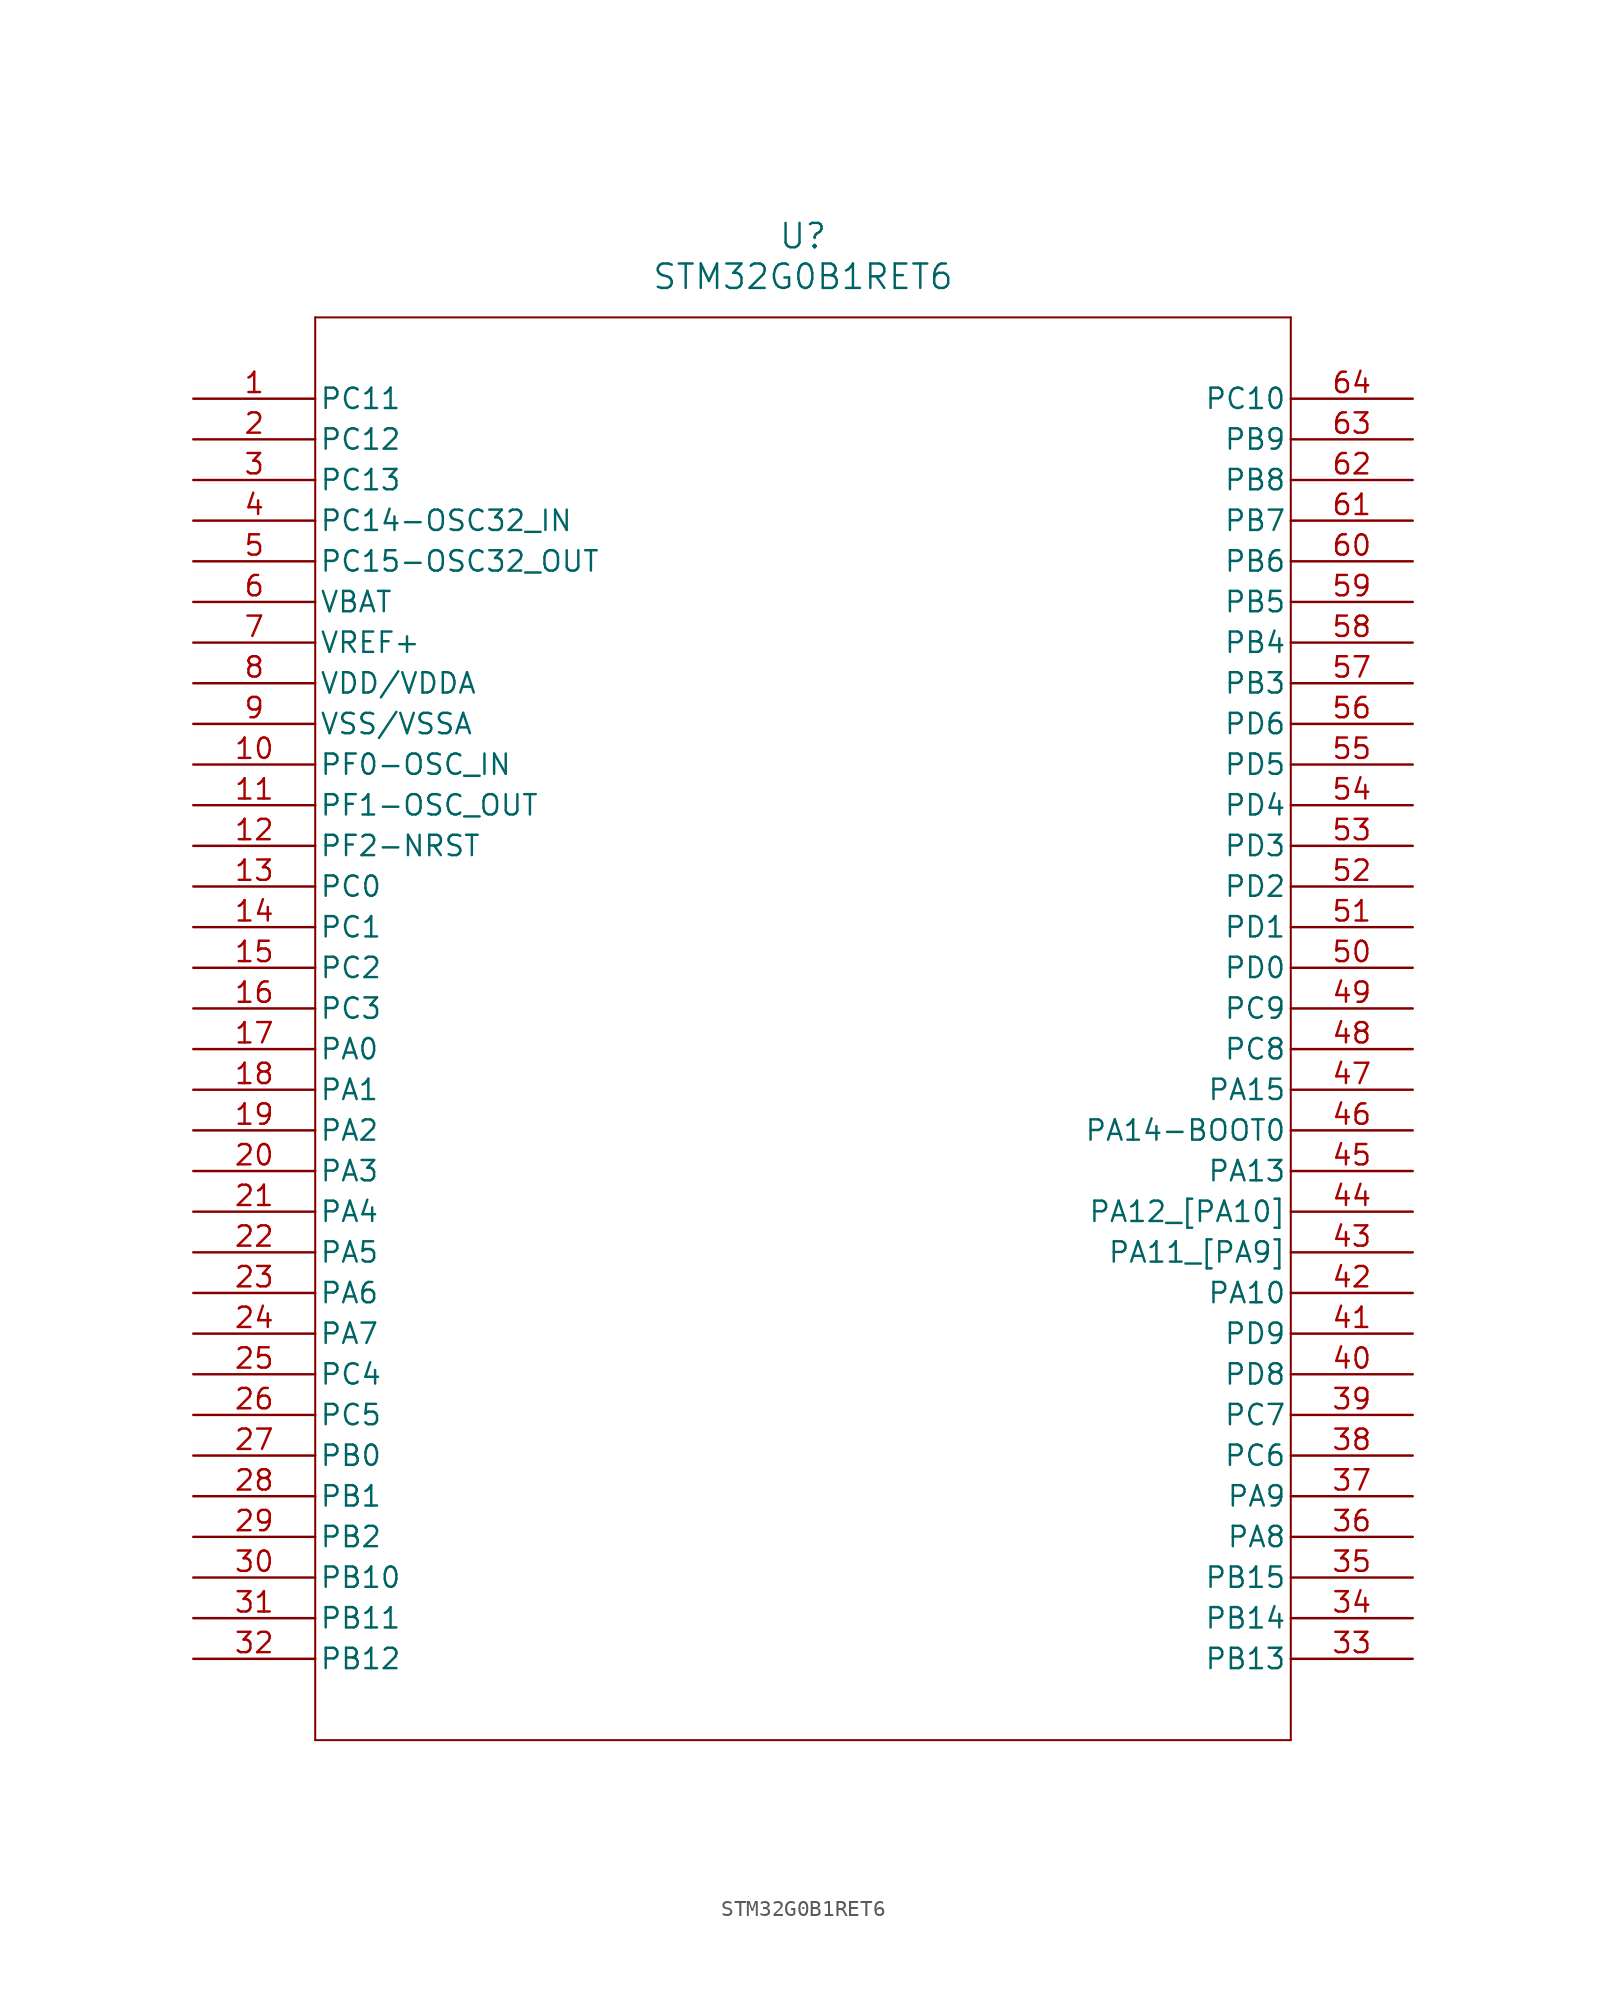
<source format=kicad_sym>
(kicad_symbol_lib
  (version 20211014)
  (generator kicad_symbol_editor)
  (symbol "STM32G0B1RET6"
    (pin_names
      (offset 0.254))
    (property "Reference" "U"
      (at 38.1 10.16 0)
      (effects (font (size 1.524 1.524))))
    (property "Value" "STM32G0B1RET6"
      (at 38.1 7.62 0)
      (effects (font (size 1.524 1.524))))
    (symbol "STM32G0B1RET6_0_1"
      (polyline (pts (xy 7.62 5.08) (xy 7.62 -83.82)) (stroke (width 0.127) (type default) (color 0 0 0 0)) (fill (type none)))
      (polyline (pts (xy 7.62 -83.82) (xy 68.58 -83.82)) (stroke (width 0.127) (type default) (color 0 0 0 0)) (fill (type none)))
      (polyline (pts (xy 68.58 -83.82) (xy 68.58 5.08)) (stroke (width 0.127) (type default) (color 0 0 0 0)) (fill (type none)))
      (polyline (pts (xy 68.58 5.08) (xy 7.62 5.08)) (stroke (width 0.127) (type default) (color 0 0 0 0)) (fill (type none)))
      (pin bidirectional line (at 0 0 0) (length 7.62) (name "PC11" (effects (font (size 1.27 1.27)))) (number "1" (effects (font (size 1.27 1.27)))))
      (pin bidirectional line (at 0 -2.54 0) (length 7.62) (name "PC12" (effects (font (size 1.27 1.27)))) (number "2" (effects (font (size 1.27 1.27)))))
      (pin bidirectional line (at 0 -5.08 0) (length 7.62) (name "PC13" (effects (font (size 1.27 1.27)))) (number "3" (effects (font (size 1.27 1.27)))))
      (pin bidirectional line (at 0 -7.62 0) (length 7.62) (name "PC14-OSC32_IN" (effects (font (size 1.27 1.27)))) (number "4" (effects (font (size 1.27 1.27)))))
      (pin output line (at 0 -10.16 0) (length 7.62) (name "PC15-OSC32_OUT" (effects (font (size 1.27 1.27)))) (number "5" (effects (font (size 1.27 1.27)))))
      (pin unspecified line (at 0 -12.7 0) (length 7.62) (name "VBAT" (effects (font (size 1.27 1.27)))) (number "6" (effects (font (size 1.27 1.27)))))
      (pin power_in line (at 0 -15.24 0) (length 7.62) (name "VREF+" (effects (font (size 1.27 1.27)))) (number "7" (effects (font (size 1.27 1.27)))))
      (pin power_in line (at 0 -17.78 0) (length 7.62) (name "VDD/VDDA" (effects (font (size 1.27 1.27)))) (number "8" (effects (font (size 1.27 1.27)))))
      (pin power_out line (at 0 -20.32 0) (length 7.62) (name "VSS/VSSA" (effects (font (size 1.27 1.27)))) (number "9" (effects (font (size 1.27 1.27)))))
      (pin bidirectional line (at 0 -22.86 0) (length 7.62) (name "PF0-OSC_IN" (effects (font (size 1.27 1.27)))) (number "10" (effects (font (size 1.27 1.27)))))
      (pin bidirectional line (at 0 -25.4 0) (length 7.62) (name "PF1-OSC_OUT" (effects (font (size 1.27 1.27)))) (number "11" (effects (font (size 1.27 1.27)))))
      (pin output line (at 0 -27.94 0) (length 7.62) (name "PF2-NRST" (effects (font (size 1.27 1.27)))) (number "12" (effects (font (size 1.27 1.27)))))
      (pin bidirectional line (at 0 -30.48 0) (length 7.62) (name "PC0" (effects (font (size 1.27 1.27)))) (number "13" (effects (font (size 1.27 1.27)))))
      (pin bidirectional line (at 0 -33.02 0) (length 7.62) (name "PC1" (effects (font (size 1.27 1.27)))) (number "14" (effects (font (size 1.27 1.27)))))
      (pin bidirectional line (at 0 -35.56 0) (length 7.62) (name "PC2" (effects (font (size 1.27 1.27)))) (number "15" (effects (font (size 1.27 1.27)))))
      (pin bidirectional line (at 0 -38.1 0) (length 7.62) (name "PC3" (effects (font (size 1.27 1.27)))) (number "16" (effects (font (size 1.27 1.27)))))
      (pin bidirectional line (at 0 -40.64 0) (length 7.62) (name "PA0" (effects (font (size 1.27 1.27)))) (number "17" (effects (font (size 1.27 1.27)))))
      (pin bidirectional line (at 0 -43.18 0) (length 7.62) (name "PA1" (effects (font (size 1.27 1.27)))) (number "18" (effects (font (size 1.27 1.27)))))
      (pin bidirectional line (at 0 -45.72 0) (length 7.62) (name "PA2" (effects (font (size 1.27 1.27)))) (number "19" (effects (font (size 1.27 1.27)))))
      (pin bidirectional line (at 0 -48.26 0) (length 7.62) (name "PA3" (effects (font (size 1.27 1.27)))) (number "20" (effects (font (size 1.27 1.27)))))
      (pin bidirectional line (at 0 -50.8 0) (length 7.62) (name "PA4" (effects (font (size 1.27 1.27)))) (number "21" (effects (font (size 1.27 1.27)))))
      (pin bidirectional line (at 0 -53.34 0) (length 7.62) (name "PA5" (effects (font (size 1.27 1.27)))) (number "22" (effects (font (size 1.27 1.27)))))
      (pin bidirectional line (at 0 -55.88 0) (length 7.62) (name "PA6" (effects (font (size 1.27 1.27)))) (number "23" (effects (font (size 1.27 1.27)))))
      (pin bidirectional line (at 0 -58.42 0) (length 7.62) (name "PA7" (effects (font (size 1.27 1.27)))) (number "24" (effects (font (size 1.27 1.27)))))
      (pin bidirectional line (at 0 -60.96 0) (length 7.62) (name "PC4" (effects (font (size 1.27 1.27)))) (number "25" (effects (font (size 1.27 1.27)))))
      (pin bidirectional line (at 0 -63.5 0) (length 7.62) (name "PC5" (effects (font (size 1.27 1.27)))) (number "26" (effects (font (size 1.27 1.27)))))
      (pin bidirectional line (at 0 -66.04 0) (length 7.62) (name "PB0" (effects (font (size 1.27 1.27)))) (number "27" (effects (font (size 1.27 1.27)))))
      (pin bidirectional line (at 0 -68.58 0) (length 7.62) (name "PB1" (effects (font (size 1.27 1.27)))) (number "28" (effects (font (size 1.27 1.27)))))
      (pin bidirectional line (at 0 -71.12 0) (length 7.62) (name "PB2" (effects (font (size 1.27 1.27)))) (number "29" (effects (font (size 1.27 1.27)))))
      (pin bidirectional line (at 0 -73.66 0) (length 7.62) (name "PB10" (effects (font (size 1.27 1.27)))) (number "30" (effects (font (size 1.27 1.27)))))
      (pin bidirectional line (at 0 -76.2 0) (length 7.62) (name "PB11" (effects (font (size 1.27 1.27)))) (number "31" (effects (font (size 1.27 1.27)))))
      (pin bidirectional line (at 0 -78.74 0) (length 7.62) (name "PB12" (effects (font (size 1.27 1.27)))) (number "32" (effects (font (size 1.27 1.27)))))
      (pin bidirectional line (at 76.2 -78.74 180) (length 7.62) (name "PB13" (effects (font (size 1.27 1.27)))) (number "33" (effects (font (size 1.27 1.27)))))
      (pin bidirectional line (at 76.2 -76.2 180) (length 7.62) (name "PB14" (effects (font (size 1.27 1.27)))) (number "34" (effects (font (size 1.27 1.27)))))
      (pin bidirectional line (at 76.2 -73.66 180) (length 7.62) (name "PB15" (effects (font (size 1.27 1.27)))) (number "35" (effects (font (size 1.27 1.27)))))
      (pin bidirectional line (at 76.2 -71.12 180) (length 7.62) (name "PA8" (effects (font (size 1.27 1.27)))) (number "36" (effects (font (size 1.27 1.27)))))
      (pin bidirectional line (at 76.2 -68.58 180) (length 7.62) (name "PA9" (effects (font (size 1.27 1.27)))) (number "37" (effects (font (size 1.27 1.27)))))
      (pin bidirectional line (at 76.2 -66.04 180) (length 7.62) (name "PC6" (effects (font (size 1.27 1.27)))) (number "38" (effects (font (size 1.27 1.27)))))
      (pin bidirectional line (at 76.2 -63.5 180) (length 7.62) (name "PC7" (effects (font (size 1.27 1.27)))) (number "39" (effects (font (size 1.27 1.27)))))
      (pin bidirectional line (at 76.2 -60.96 180) (length 7.62) (name "PD8" (effects (font (size 1.27 1.27)))) (number "40" (effects (font (size 1.27 1.27)))))
      (pin bidirectional line (at 76.2 -58.42 180) (length 7.62) (name "PD9" (effects (font (size 1.27 1.27)))) (number "41" (effects (font (size 1.27 1.27)))))
      (pin bidirectional line (at 76.2 -55.88 180) (length 7.62) (name "PA10" (effects (font (size 1.27 1.27)))) (number "42" (effects (font (size 1.27 1.27)))))
      (pin bidirectional line (at 76.2 -53.34 180) (length 7.62) (name "PA11 [PA9]" (effects (font (size 1.27 1.27)))) (number "43" (effects (font (size 1.27 1.27)))))
      (pin bidirectional line (at 76.2 -50.8 180) (length 7.62) (name "PA12 [PA10]" (effects (font (size 1.27 1.27)))) (number "44" (effects (font (size 1.27 1.27)))))
      (pin bidirectional line (at 76.2 -48.26 180) (length 7.62) (name "PA13" (effects (font (size 1.27 1.27)))) (number "45" (effects (font (size 1.27 1.27)))))
      (pin bidirectional line (at 76.2 -45.72 180) (length 7.62) (name "PA14-BOOT0" (effects (font (size 1.27 1.27)))) (number "46" (effects (font (size 1.27 1.27)))))
      (pin bidirectional line (at 76.2 -43.18 180) (length 7.62) (name "PA15" (effects (font (size 1.27 1.27)))) (number "47" (effects (font (size 1.27 1.27)))))
      (pin bidirectional line (at 76.2 -40.64 180) (length 7.62) (name "PC8" (effects (font (size 1.27 1.27)))) (number "48" (effects (font (size 1.27 1.27)))))
      (pin bidirectional line (at 76.2 -38.1 180) (length 7.62) (name "PC9" (effects (font (size 1.27 1.27)))) (number "49" (effects (font (size 1.27 1.27)))))
      (pin bidirectional line (at 76.2 -35.56 180) (length 7.62) (name "PD0" (effects (font (size 1.27 1.27)))) (number "50" (effects (font (size 1.27 1.27)))))
      (pin bidirectional line (at 76.2 -33.02 180) (length 7.62) (name "PD1" (effects (font (size 1.27 1.27)))) (number "51" (effects (font (size 1.27 1.27)))))
      (pin bidirectional line (at 76.2 -30.48 180) (length 7.62) (name "PD2" (effects (font (size 1.27 1.27)))) (number "52" (effects (font (size 1.27 1.27)))))
      (pin bidirectional line (at 76.2 -27.94 180) (length 7.62) (name "PD3" (effects (font (size 1.27 1.27)))) (number "53" (effects (font (size 1.27 1.27)))))
      (pin bidirectional line (at 76.2 -25.4 180) (length 7.62) (name "PD4" (effects (font (size 1.27 1.27)))) (number "54" (effects (font (size 1.27 1.27)))))
      (pin bidirectional line (at 76.2 -22.86 180) (length 7.62) (name "PD5" (effects (font (size 1.27 1.27)))) (number "55" (effects (font (size 1.27 1.27)))))
      (pin bidirectional line (at 76.2 -20.32 180) (length 7.62) (name "PD6" (effects (font (size 1.27 1.27)))) (number "56" (effects (font (size 1.27 1.27)))))
      (pin bidirectional line (at 76.2 -17.78 180) (length 7.62) (name "PB3" (effects (font (size 1.27 1.27)))) (number "57" (effects (font (size 1.27 1.27)))))
      (pin bidirectional line (at 76.2 -15.24 180) (length 7.62) (name "PB4" (effects (font (size 1.27 1.27)))) (number "58" (effects (font (size 1.27 1.27)))))
      (pin bidirectional line (at 76.2 -12.7 180) (length 7.62) (name "PB5" (effects (font (size 1.27 1.27)))) (number "59" (effects (font (size 1.27 1.27)))))
      (pin bidirectional line (at 76.2 -10.16 180) (length 7.62) (name "PB6" (effects (font (size 1.27 1.27)))) (number "60" (effects (font (size 1.27 1.27)))))
      (pin bidirectional line (at 76.2 -7.62 180) (length 7.62) (name "PB7" (effects (font (size 1.27 1.27)))) (number "61" (effects (font (size 1.27 1.27)))))
      (pin bidirectional line (at 76.2 -5.08 180) (length 7.62) (name "PB8" (effects (font (size 1.27 1.27)))) (number "62" (effects (font (size 1.27 1.27)))))
      (pin bidirectional line (at 76.2 -2.54 180) (length 7.62) (name "PB9" (effects (font (size 1.27 1.27)))) (number "63" (effects (font (size 1.27 1.27)))))
      (pin bidirectional line (at 76.2 0 180) (length 7.62) (name "PC10" (effects (font (size 1.27 1.27)))) (number "64" (effects (font (size 1.27 1.27))))))))
</source>
